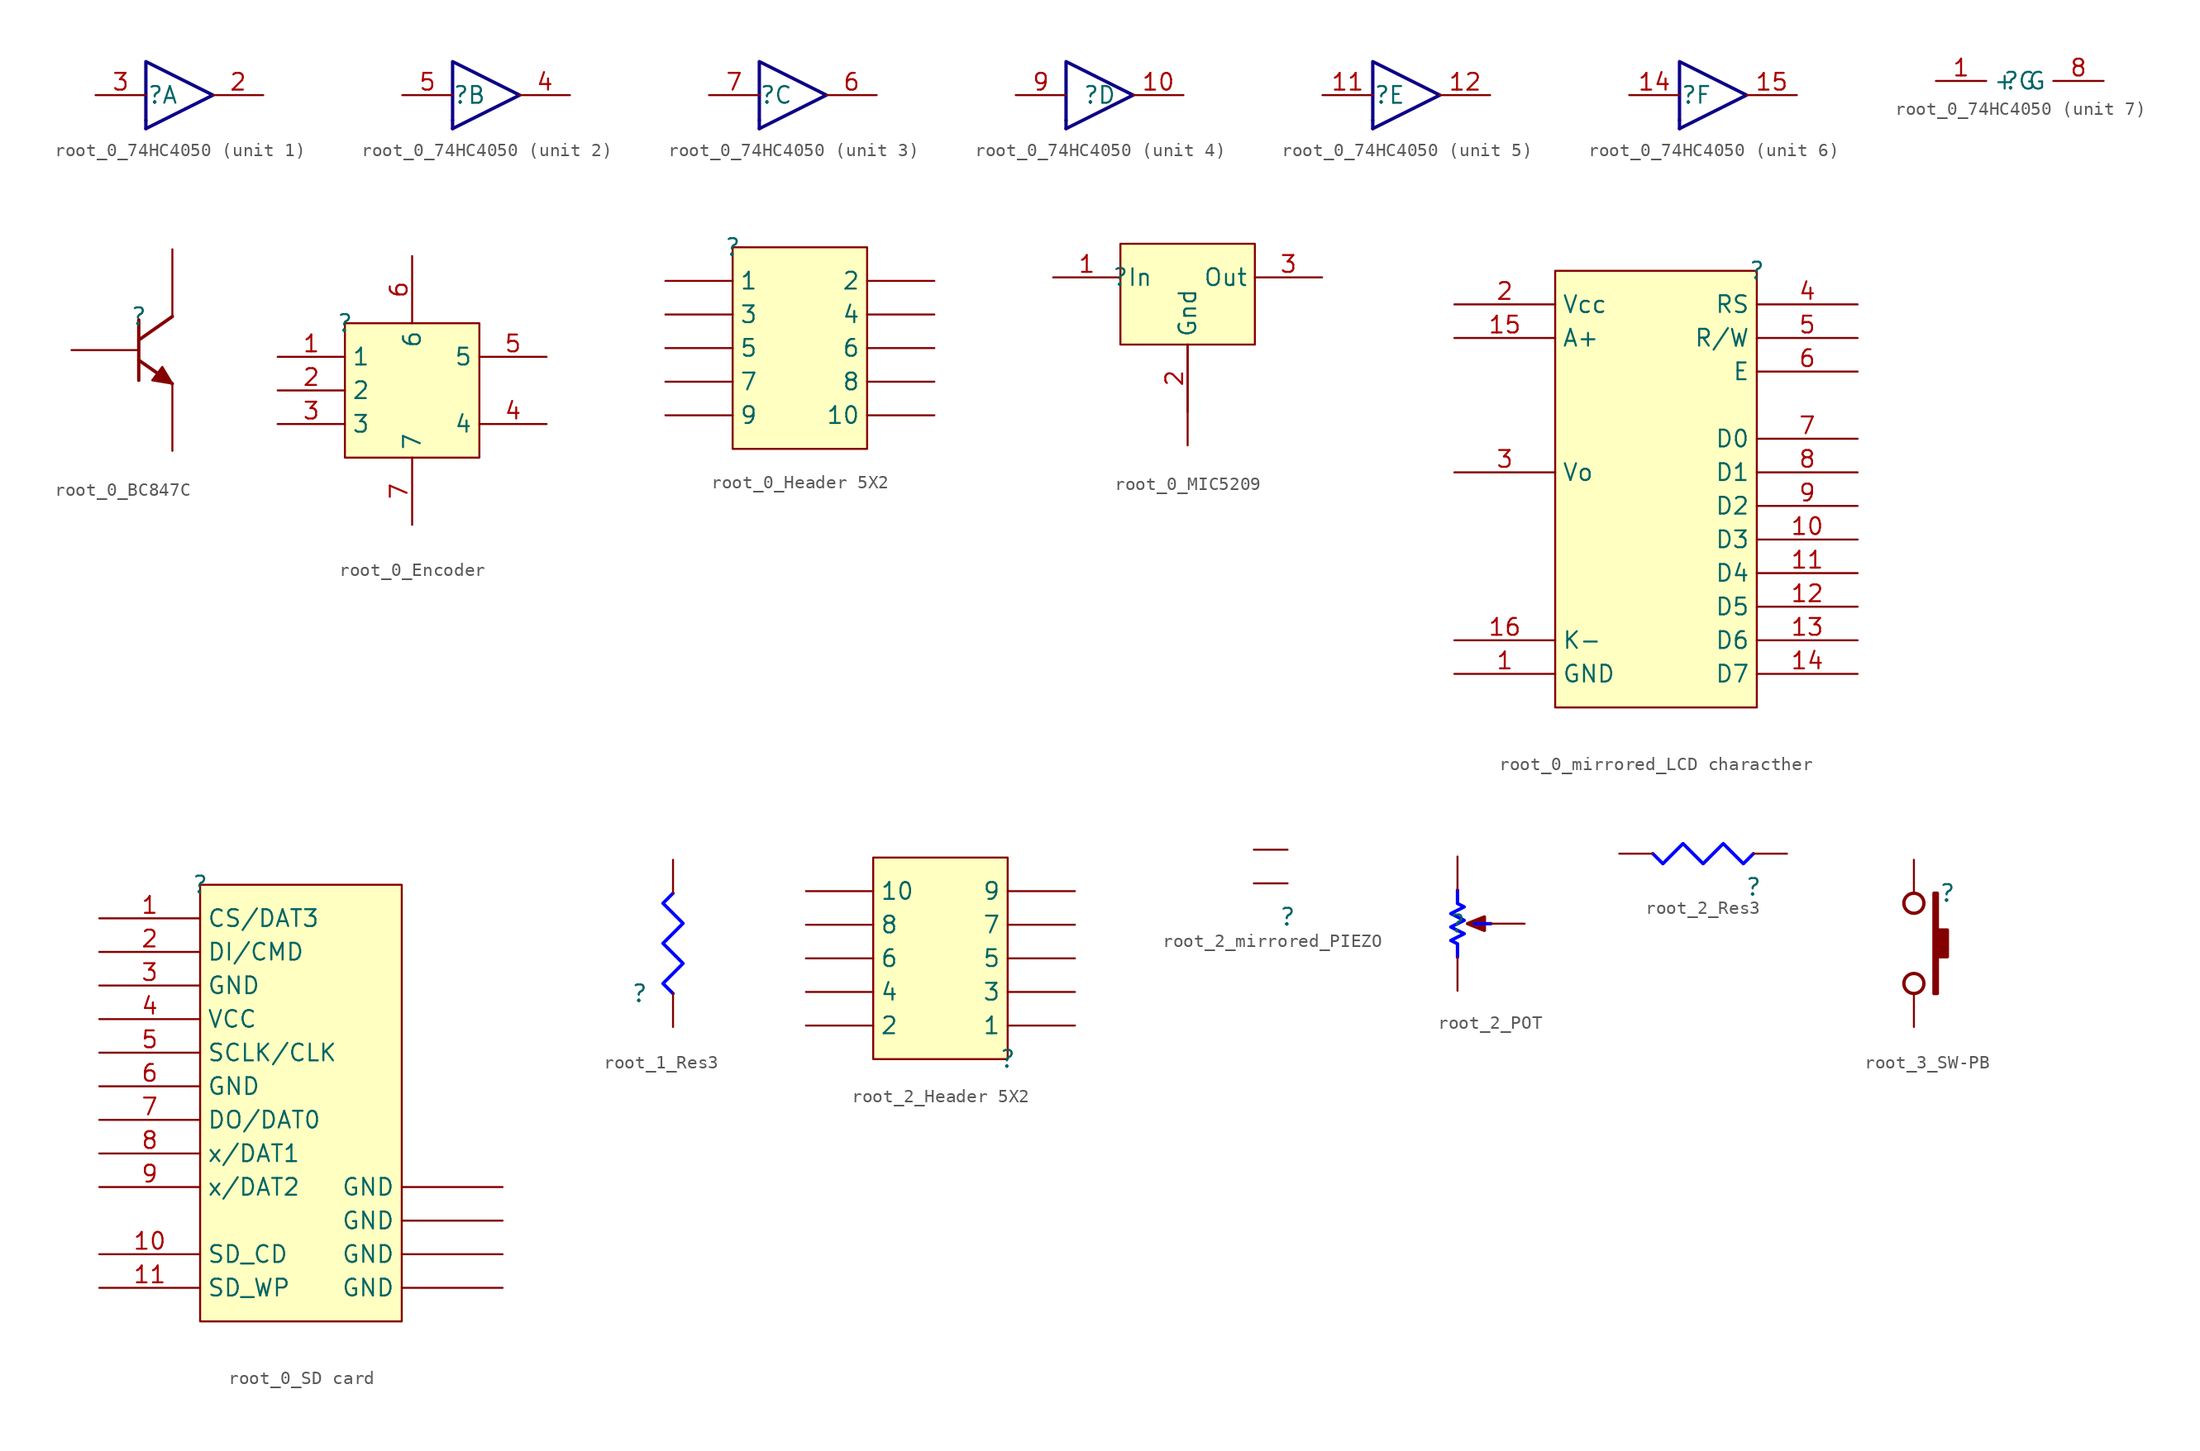
<source format=kicad_sym>
(kicad_symbol_lib
  (version 20220914)
  (generator kicad_symbol_editor)
  (symbol "root_0_74HC4050"
    (property "Reference" ""
      (at 0 0 0)
      (effects (font (size 1.27 1.27))))
    (property "Value" ""
      (at 0 0 0)
      (effects (font (size 1.27 1.27))))
    (symbol "root_0_74HC4050_1_0"
      (polyline (pts (xy -1.27 -2.54) (xy -1.27 -1.905)) (stroke (width 0.254) (type solid) (color 12 0 135 1)) (fill (type none)))
      (polyline (pts (xy -1.27 -2.54) (xy 3.81 0) (xy -1.27 2.54) (xy -1.27 -1.905)) (stroke (width 0.254) (type solid) (color 12 0 135 1)) (fill (type none)))
      (pin passive line (at 7.62 0 180) (length 3.81) (name "2" (effects (font (size 0 0)))) (number "2" (effects (font (size 1.27 1.27)))))
      (pin passive line (at -5.08 0 0) (length 3.81) (name "3" (effects (font (size 0 0)))) (number "3" (effects (font (size 1.27 1.27))))))
    (symbol "root_0_74HC4050_2_0"
      (polyline (pts (xy -1.27 -2.54) (xy -1.27 -1.905)) (stroke (width 0.254) (type solid) (color 12 0 135 1)) (fill (type none)))
      (polyline (pts (xy -1.27 -2.54) (xy 3.81 0) (xy -1.27 2.54) (xy -1.27 -1.905)) (stroke (width 0.254) (type solid) (color 12 0 135 1)) (fill (type none)))
      (pin passive line (at 7.62 0 180) (length 3.81) (name "4" (effects (font (size 0 0)))) (number "4" (effects (font (size 1.27 1.27)))))
      (pin passive line (at -5.08 0 0) (length 3.81) (name "5" (effects (font (size 0 0)))) (number "5" (effects (font (size 1.27 1.27))))))
    (symbol "root_0_74HC4050_3_0"
      (polyline (pts (xy -1.27 -2.54) (xy -1.27 -1.905)) (stroke (width 0.254) (type solid) (color 12 0 135 1)) (fill (type none)))
      (polyline (pts (xy -1.27 -2.54) (xy 3.81 0) (xy -1.27 2.54) (xy -1.27 -1.905)) (stroke (width 0.254) (type solid) (color 12 0 135 1)) (fill (type none)))
      (pin passive line (at 7.62 0 180) (length 3.81) (name "6" (effects (font (size 0 0)))) (number "6" (effects (font (size 1.27 1.27)))))
      (pin passive line (at -5.08 0 0) (length 3.81) (name "7" (effects (font (size 0 0)))) (number "7" (effects (font (size 1.27 1.27))))))
    (symbol "root_0_74HC4050_4_0"
      (polyline (pts (xy -2.54 -2.54) (xy -2.54 -1.905)) (stroke (width 0.254) (type solid) (color 12 0 135 1)) (fill (type none)))
      (polyline (pts (xy -2.54 -2.54) (xy 2.54 0) (xy -2.54 2.54) (xy -2.54 -1.905)) (stroke (width 0.254) (type solid) (color 12 0 135 1)) (fill (type none)))
      (pin passive line (at 6.35 0 180) (length 3.81) (name "10" (effects (font (size 0 0)))) (number "10" (effects (font (size 1.27 1.27)))))
      (pin passive line (at -6.35 0 0) (length 3.81) (name "9" (effects (font (size 0 0)))) (number "9" (effects (font (size 1.27 1.27))))))
    (symbol "root_0_74HC4050_5_0"
      (polyline (pts (xy -1.27 -2.54) (xy -1.27 -1.905)) (stroke (width 0.254) (type solid) (color 12 0 135 1)) (fill (type none)))
      (polyline (pts (xy -1.27 -2.54) (xy 3.81 0) (xy -1.27 2.54) (xy -1.27 -1.905)) (stroke (width 0.254) (type solid) (color 12 0 135 1)) (fill (type none)))
      (pin passive line (at -5.08 0 0) (length 3.81) (name "11" (effects (font (size 0 0)))) (number "11" (effects (font (size 1.27 1.27)))))
      (pin passive line (at 7.62 0 180) (length 3.81) (name "12" (effects (font (size 0 0)))) (number "12" (effects (font (size 1.27 1.27))))))
    (symbol "root_0_74HC4050_6_0"
      (polyline (pts (xy -1.27 -2.54) (xy -1.27 -1.905)) (stroke (width 0.254) (type solid) (color 12 0 135 1)) (fill (type none)))
      (polyline (pts (xy -1.27 -2.54) (xy 3.81 0) (xy -1.27 2.54) (xy -1.27 -1.905)) (stroke (width 0.254) (type solid) (color 12 0 135 1)) (fill (type none)))
      (pin passive line (at -5.08 0 0) (length 3.81) (name "14" (effects (font (size 0 0)))) (number "14" (effects (font (size 1.27 1.27)))))
      (pin passive line (at 7.62 0 180) (length 3.81) (name "15" (effects (font (size 0 0)))) (number "15" (effects (font (size 1.27 1.27))))))
    (symbol "root_0_74HC4050_7_0"
      (pin passive line (at -6.35 0 0) (length 3.81) (name "+" (effects (font (size 1.27 1.27)))) (number "1" (effects (font (size 1.27 1.27)))))
      (pin passive line (at 6.35 0 180) (length 3.81) (name "G" (effects (font (size 1.27 1.27)))) (number "8" (effects (font (size 1.27 1.27)))))))
  (symbol "root_0_BC847C"
    (property "Reference" ""
      (at 0 0 0)
      (effects (font (size 1.27 1.27))))
    (property "Value" ""
      (at 0 0 0)
      (effects (font (size 1.27 1.27))))
    (symbol "root_0_BC847C_1_0"
      (polyline (pts (xy 0 -3.302) (xy 2.54 -5.08)) (stroke (width 0.254) (type solid)) (fill (type none)))
      (polyline (pts (xy 0 -0.254) (xy 0 -4.826)) (stroke (width 0.254) (type solid)) (fill (type none)))
      (polyline (pts (xy 2.54 0) (xy 0 -1.778)) (stroke (width 0.254) (type solid)) (fill (type none)))
      (polyline (pts (xy 2.54 -5.08) (xy 1.778 -3.81) (xy 1.016 -4.826) (xy 2.54 -5.08)) (stroke (width 0) (type solid)) (fill (type outline)))
      (pin passive line (at -5.08 -2.54 0) (length 5.08) (name "B" (effects (font (size 0 0)))) (number "1" (effects (font (size 0 0)))))
      (pin passive line (at 2.54 -10.16 90) (length 5.08) (name "E" (effects (font (size 0 0)))) (number "2" (effects (font (size 0 0)))))
      (pin passive line (at 2.54 5.08 270) (length 5.08) (name "C" (effects (font (size 0 0)))) (number "3" (effects (font (size 0 0)))))))
  (symbol "root_0_Encoder"
    (property "Reference" ""
      (at 0 0 0)
      (effects (font (size 1.27 1.27))))
    (property "Value" ""
      (at 0 0 0)
      (effects (font (size 1.27 1.27))))
    (symbol "root_0_Encoder_1_0"
      (rectangle (start 10.16 0) (end 0 -10.16) (stroke (width 0) (type solid)) (fill (type background)))
      (pin passive line (at -5.08 -2.54 0) (length 5.08) (name "1" (effects (font (size 1.27 1.27)))) (number "1" (effects (font (size 1.27 1.27)))))
      (pin passive line (at -5.08 -5.08 0) (length 5.08) (name "2" (effects (font (size 1.27 1.27)))) (number "2" (effects (font (size 1.27 1.27)))))
      (pin passive line (at -5.08 -7.62 0) (length 5.08) (name "3" (effects (font (size 1.27 1.27)))) (number "3" (effects (font (size 1.27 1.27)))))
      (pin passive line (at 15.24 -7.62 180) (length 5.08) (name "4" (effects (font (size 1.27 1.27)))) (number "4" (effects (font (size 1.27 1.27)))))
      (pin passive line (at 15.24 -2.54 180) (length 5.08) (name "5" (effects (font (size 1.27 1.27)))) (number "5" (effects (font (size 1.27 1.27)))))
      (pin passive line (at 5.08 5.08 270) (length 5.08) (name "6" (effects (font (size 1.27 1.27)))) (number "6" (effects (font (size 1.27 1.27)))))
      (pin passive line (at 5.08 -15.24 90) (length 5.08) (name "7" (effects (font (size 1.27 1.27)))) (number "7" (effects (font (size 1.27 1.27)))))))
  (symbol "root_0_Header 5X2"
    (property "Reference" ""
      (at 0 0 0)
      (effects (font (size 1.27 1.27))))
    (property "Value" ""
      (at 0 0 0)
      (effects (font (size 1.27 1.27))))
    (symbol "root_0_Header 5X2_1_0"
      (rectangle (start 10.16 0) (end 0 -15.24) (stroke (width 0) (type solid)) (fill (type background)))
      (pin passive line (at -5.08 -2.54 0) (length 5.08) (name "1" (effects (font (size 1.27 1.27)))) (number "1" (effects (font (size 0 0)))))
      (pin passive line (at 15.24 -12.7 180) (length 5.08) (name "10" (effects (font (size 1.27 1.27)))) (number "10" (effects (font (size 0 0)))))
      (pin passive line (at 15.24 -2.54 180) (length 5.08) (name "2" (effects (font (size 1.27 1.27)))) (number "2" (effects (font (size 0 0)))))
      (pin passive line (at -5.08 -5.08 0) (length 5.08) (name "3" (effects (font (size 1.27 1.27)))) (number "3" (effects (font (size 0 0)))))
      (pin passive line (at 15.24 -5.08 180) (length 5.08) (name "4" (effects (font (size 1.27 1.27)))) (number "4" (effects (font (size 0 0)))))
      (pin passive line (at -5.08 -7.62 0) (length 5.08) (name "5" (effects (font (size 1.27 1.27)))) (number "5" (effects (font (size 0 0)))))
      (pin passive line (at 15.24 -7.62 180) (length 5.08) (name "6" (effects (font (size 1.27 1.27)))) (number "6" (effects (font (size 0 0)))))
      (pin passive line (at -5.08 -10.16 0) (length 5.08) (name "7" (effects (font (size 1.27 1.27)))) (number "7" (effects (font (size 0 0)))))
      (pin passive line (at 15.24 -10.16 180) (length 5.08) (name "8" (effects (font (size 1.27 1.27)))) (number "8" (effects (font (size 0 0)))))
      (pin passive line (at -5.08 -12.7 0) (length 5.08) (name "9" (effects (font (size 1.27 1.27)))) (number "9" (effects (font (size 0 0)))))))
  (symbol "root_0_MIC5209"
    (property "Reference" ""
      (at 0 0 0)
      (effects (font (size 1.27 1.27))))
    (property "Value" ""
      (at 0 0 0)
      (effects (font (size 1.27 1.27))))
    (symbol "root_0_MIC5209_1_0"
      (rectangle (start 10.16 2.54) (end 0 -5.08) (stroke (width 0) (type solid)) (fill (type background)))
      (pin passive line (at -5.08 0 0) (length 5.08) (name "In" (effects (font (size 1.27 1.27)))) (number "1" (effects (font (size 1.27 1.27)))))
      (pin passive line (at 5.08 -10.16 90) (length 5.08) (name "Gnd" (effects (font (size 1.27 1.27)))) (number "2" (effects (font (size 1.27 1.27)))))
      (pin passive line (at 15.24 0 180) (length 5.08) (name "Out" (effects (font (size 1.27 1.27)))) (number "3" (effects (font (size 1.27 1.27)))))
      (pin passive line (at 5.08 -12.7 90) (length 7.62) (name "Gnd" (effects (font (size 0 0)))) (number "4" (effects (font (size 0 0)))))))
  (symbol "root_0_mirrored_LCD characther"
    (property "Reference" ""
      (at 0 0 0)
      (effects (font (size 1.27 1.27))))
    (property "Value" ""
      (at 0 0 0)
      (effects (font (size 1.27 1.27))))
    (symbol "root_0_mirrored_LCD characther_1_0"
      (rectangle (start 0 0) (end -15.24 -33.02) (stroke (width 0) (type solid)) (fill (type background)))
      (pin passive line (at -22.86 -30.48 0) (length 7.62) (name "GND" (effects (font (size 1.27 1.27)))) (number "1" (effects (font (size 1.27 1.27)))))
      (pin passive line (at 7.62 -20.32 180) (length 7.62) (name "D3" (effects (font (size 1.27 1.27)))) (number "10" (effects (font (size 1.27 1.27)))))
      (pin passive line (at 7.62 -22.86 180) (length 7.62) (name "D4" (effects (font (size 1.27 1.27)))) (number "11" (effects (font (size 1.27 1.27)))))
      (pin passive line (at 7.62 -25.4 180) (length 7.62) (name "D5" (effects (font (size 1.27 1.27)))) (number "12" (effects (font (size 1.27 1.27)))))
      (pin passive line (at 7.62 -27.94 180) (length 7.62) (name "D6" (effects (font (size 1.27 1.27)))) (number "13" (effects (font (size 1.27 1.27)))))
      (pin passive line (at 7.62 -30.48 180) (length 7.62) (name "D7" (effects (font (size 1.27 1.27)))) (number "14" (effects (font (size 1.27 1.27)))))
      (pin passive line (at -22.86 -5.08 0) (length 7.62) (name "A+" (effects (font (size 1.27 1.27)))) (number "15" (effects (font (size 1.27 1.27)))))
      (pin passive line (at -22.86 -27.94 0) (length 7.62) (name "K-" (effects (font (size 1.27 1.27)))) (number "16" (effects (font (size 1.27 1.27)))))
      (pin passive line (at -22.86 -2.54 0) (length 7.62) (name "Vcc" (effects (font (size 1.27 1.27)))) (number "2" (effects (font (size 1.27 1.27)))))
      (pin passive line (at -22.86 -15.24 0) (length 7.62) (name "Vo" (effects (font (size 1.27 1.27)))) (number "3" (effects (font (size 1.27 1.27)))))
      (pin passive line (at 7.62 -2.54 180) (length 7.62) (name "RS" (effects (font (size 1.27 1.27)))) (number "4" (effects (font (size 1.27 1.27)))))
      (pin passive line (at 7.62 -5.08 180) (length 7.62) (name "R/W" (effects (font (size 1.27 1.27)))) (number "5" (effects (font (size 1.27 1.27)))))
      (pin passive line (at 7.62 -7.62 180) (length 7.62) (name "E" (effects (font (size 1.27 1.27)))) (number "6" (effects (font (size 1.27 1.27)))))
      (pin passive line (at 7.62 -12.7 180) (length 7.62) (name "D0" (effects (font (size 1.27 1.27)))) (number "7" (effects (font (size 1.27 1.27)))))
      (pin passive line (at 7.62 -15.24 180) (length 7.62) (name "D1" (effects (font (size 1.27 1.27)))) (number "8" (effects (font (size 1.27 1.27)))))
      (pin passive line (at 7.62 -17.78 180) (length 7.62) (name "D2" (effects (font (size 1.27 1.27)))) (number "9" (effects (font (size 1.27 1.27)))))))
  (symbol "root_0_SD card"
    (property "Reference" ""
      (at 0 0 0)
      (effects (font (size 1.27 1.27))))
    (property "Value" ""
      (at 0 0 0)
      (effects (font (size 1.27 1.27))))
    (symbol "root_0_SD card_1_0"
      (rectangle (start 15.24 0) (end 0 -33.02) (stroke (width 0) (type solid)) (fill (type background)))
      (pin passive line (at -7.62 -2.54 0) (length 7.62) (name "CS/DAT3" (effects (font (size 1.27 1.27)))) (number "1" (effects (font (size 1.27 1.27)))))
      (pin passive line (at -7.62 -27.94 0) (length 7.62) (name "SD_CD" (effects (font (size 1.27 1.27)))) (number "10" (effects (font (size 1.27 1.27)))))
      (pin passive line (at -7.62 -30.48 0) (length 7.62) (name "SD_WP" (effects (font (size 1.27 1.27)))) (number "11" (effects (font (size 1.27 1.27)))))
      (pin passive line (at 22.86 -30.48 180) (length 7.62) (name "GND" (effects (font (size 1.27 1.27)))) (number "12" (effects (font (size 0 0)))))
      (pin passive line (at 22.86 -27.94 180) (length 7.62) (name "GND" (effects (font (size 1.27 1.27)))) (number "12" (effects (font (size 0 0)))))
      (pin passive line (at 22.86 -25.4 180) (length 7.62) (name "GND" (effects (font (size 1.27 1.27)))) (number "12" (effects (font (size 0 0)))))
      (pin passive line (at 22.86 -22.86 180) (length 7.62) (name "GND" (effects (font (size 1.27 1.27)))) (number "12" (effects (font (size 0 0)))))
      (pin passive line (at -7.62 -5.08 0) (length 7.62) (name "DI/CMD" (effects (font (size 1.27 1.27)))) (number "2" (effects (font (size 1.27 1.27)))))
      (pin passive line (at -7.62 -7.62 0) (length 7.62) (name "GND" (effects (font (size 1.27 1.27)))) (number "3" (effects (font (size 1.27 1.27)))))
      (pin passive line (at -7.62 -10.16 0) (length 7.62) (name "VCC" (effects (font (size 1.27 1.27)))) (number "4" (effects (font (size 1.27 1.27)))))
      (pin passive line (at -7.62 -12.7 0) (length 7.62) (name "SCLK/CLK" (effects (font (size 1.27 1.27)))) (number "5" (effects (font (size 1.27 1.27)))))
      (pin passive line (at -7.62 -15.24 0) (length 7.62) (name "GND" (effects (font (size 1.27 1.27)))) (number "6" (effects (font (size 1.27 1.27)))))
      (pin passive line (at -7.62 -17.78 0) (length 7.62) (name "DO/DAT0" (effects (font (size 1.27 1.27)))) (number "7" (effects (font (size 1.27 1.27)))))
      (pin passive line (at -7.62 -20.32 0) (length 7.62) (name "x/DAT1" (effects (font (size 1.27 1.27)))) (number "8" (effects (font (size 1.27 1.27)))))
      (pin passive line (at -7.62 -22.86 0) (length 7.62) (name "x/DAT2" (effects (font (size 1.27 1.27)))) (number "9" (effects (font (size 1.27 1.27)))))))
  (symbol "root_1_Res3"
    (property "Reference" ""
      (at 0 0 0)
      (effects (font (size 1.27 1.27))))
    (property "Value" ""
      (at 0 0 0)
      (effects (font (size 1.27 1.27))))
    (symbol "root_1_Res3_1_0"
      (polyline (pts (xy 2.54 7.62) (xy 1.778 6.858) (xy 3.302 5.334) (xy 1.778 3.81) (xy 3.302 2.286) (xy 1.778 0.762) (xy 2.54 0)) (stroke (width 0.254) (type solid) (color 0 0 255 1)) (fill (type none)))
      (pin passive line (at 2.54 -2.54 90) (length 2.54) (name "1" (effects (font (size 0 0)))) (number "1" (effects (font (size 0 0)))))
      (pin passive line (at 2.54 10.16 270) (length 2.54) (name "2" (effects (font (size 0 0)))) (number "2" (effects (font (size 0 0)))))))
  (symbol "root_2_Header 5X2"
    (property "Reference" ""
      (at 0 0 0)
      (effects (font (size 1.27 1.27))))
    (property "Value" ""
      (at 0 0 0)
      (effects (font (size 1.27 1.27))))
    (symbol "root_2_Header 5X2_1_0"
      (rectangle (start 0 15.24) (end -10.16 0) (stroke (width 0) (type solid)) (fill (type background)))
      (pin passive line (at 5.08 2.54 180) (length 5.08) (name "1" (effects (font (size 1.27 1.27)))) (number "1" (effects (font (size 0 0)))))
      (pin passive line (at -15.24 12.7 0) (length 5.08) (name "10" (effects (font (size 1.27 1.27)))) (number "10" (effects (font (size 0 0)))))
      (pin passive line (at -15.24 2.54 0) (length 5.08) (name "2" (effects (font (size 1.27 1.27)))) (number "2" (effects (font (size 0 0)))))
      (pin passive line (at 5.08 5.08 180) (length 5.08) (name "3" (effects (font (size 1.27 1.27)))) (number "3" (effects (font (size 0 0)))))
      (pin passive line (at -15.24 5.08 0) (length 5.08) (name "4" (effects (font (size 1.27 1.27)))) (number "4" (effects (font (size 0 0)))))
      (pin passive line (at 5.08 7.62 180) (length 5.08) (name "5" (effects (font (size 1.27 1.27)))) (number "5" (effects (font (size 0 0)))))
      (pin passive line (at -15.24 7.62 0) (length 5.08) (name "6" (effects (font (size 1.27 1.27)))) (number "6" (effects (font (size 0 0)))))
      (pin passive line (at 5.08 10.16 180) (length 5.08) (name "7" (effects (font (size 1.27 1.27)))) (number "7" (effects (font (size 0 0)))))
      (pin passive line (at -15.24 10.16 0) (length 5.08) (name "8" (effects (font (size 1.27 1.27)))) (number "8" (effects (font (size 0 0)))))
      (pin passive line (at 5.08 12.7 180) (length 5.08) (name "9" (effects (font (size 1.27 1.27)))) (number "9" (effects (font (size 0 0)))))))
  (symbol "root_2_mirrored_PIEZO"
    (property "Reference" ""
      (at 0 0 0)
      (effects (font (size 1.27 1.27))))
    (property "Value" ""
      (at 0 0 0)
      (effects (font (size 1.27 1.27))))
    (symbol "root_2_mirrored_PIEZO_1_0"
      (pin passive line (at -2.54 2.54 0) (length 2.54) (name "1" (effects (font (size 0 0)))) (number "1" (effects (font (size 0 0)))))
      (pin passive line (at -2.54 5.08 0) (length 2.54) (name "2" (effects (font (size 0 0)))) (number "2" (effects (font (size 0 0)))))))
  (symbol "root_2_POT"
    (property "Reference" ""
      (at 0 0 0)
      (effects (font (size 1.27 1.27))))
    (property "Value" ""
      (at 0 0 0)
      (effects (font (size 1.27 1.27))))
    (symbol "root_2_POT_1_0"
      (polyline (pts (xy 1.27 0) (xy 2.54 0)) (stroke (width 0.254) (type solid) (color 0 0 255 1)) (fill (type none)))
      (polyline (pts (xy 0.762 0) (xy 2.032 0.508) (xy 2.032 -0.508) (xy 0.762 0)) (stroke (width 0.254) (type solid)) (fill (type outline)))
      (polyline (pts (xy 0 2.54) (xy 0 1.524) (xy 0.508 1.27) (xy -0.508 0.762) (xy 0.508 0.254) (xy -0.508 -0.254) (xy 0.508 -0.762) (xy -0.508 -1.27) (xy 0 -1.524) (xy 0 -2.54)) (stroke (width 0.254) (type solid) (color 0 0 255 1)) (fill (type none)))
      (pin passive line (at 0 -5.08 90) (length 2.54) (name "TOP" (effects (font (size 0 0)))) (number "1" (effects (font (size 0 0)))))
      (pin passive line (at 5.08 0 180) (length 2.54) (name "TAP" (effects (font (size 0 0)))) (number "2" (effects (font (size 0 0)))))
      (pin passive line (at 0 5.08 270) (length 2.54) (name "BOT" (effects (font (size 0 0)))) (number "3" (effects (font (size 0 0)))))))
  (symbol "root_2_Res3"
    (property "Reference" ""
      (at 0 0 0)
      (effects (font (size 1.27 1.27))))
    (property "Value" ""
      (at 0 0 0)
      (effects (font (size 1.27 1.27))))
    (symbol "root_2_Res3_1_0"
      (polyline (pts (xy -7.62 2.54) (xy -6.858 1.778) (xy -5.334 3.302) (xy -3.81 1.778) (xy -2.286 3.302) (xy -0.762 1.778) (xy 0 2.54)) (stroke (width 0.254) (type solid) (color 0 0 255 1)) (fill (type none)))
      (pin passive line (at 2.54 2.54 180) (length 2.54) (name "1" (effects (font (size 0 0)))) (number "1" (effects (font (size 0 0)))))
      (pin passive line (at -10.16 2.54 0) (length 2.54) (name "2" (effects (font (size 0 0)))) (number "2" (effects (font (size 0 0)))))))
  (symbol "root_3_SW-PB"
    (property "Reference" ""
      (at 0 0 0)
      (effects (font (size 1.27 1.27))))
    (property "Value" ""
      (at 0 0 0)
      (effects (font (size 1.27 1.27))))
    (symbol "root_3_SW-PB_1_0"
      (circle (center -2.54 -6.858) (radius 0.762) (stroke (width 0.254) (type solid)) (fill (type none)))
      (circle (center -2.54 -0.762) (radius 0.762) (stroke (width 0.254) (type solid)) (fill (type none)))
      (polyline (pts (xy -0.762 0) (xy -1.016 0) (xy -1.016 -7.62) (xy -0.762 -7.62) (xy -0.762 -4.826) (xy 0 -4.826) (xy 0 -2.794) (xy -0.762 -2.794) (xy -0.762 0)) (stroke (width 0.254) (type solid)) (fill (type outline)))
      (pin passive line (at -2.54 2.54 270) (length 2.54) (name "" (effects (font (size 0 0)))) (number "1" (effects (font (size 0 0)))))
      (pin passive line (at -2.54 -10.16 90) (length 2.54) (name "" (effects (font (size 0 0)))) (number "2" (effects (font (size 0 0))))))))
</source>
